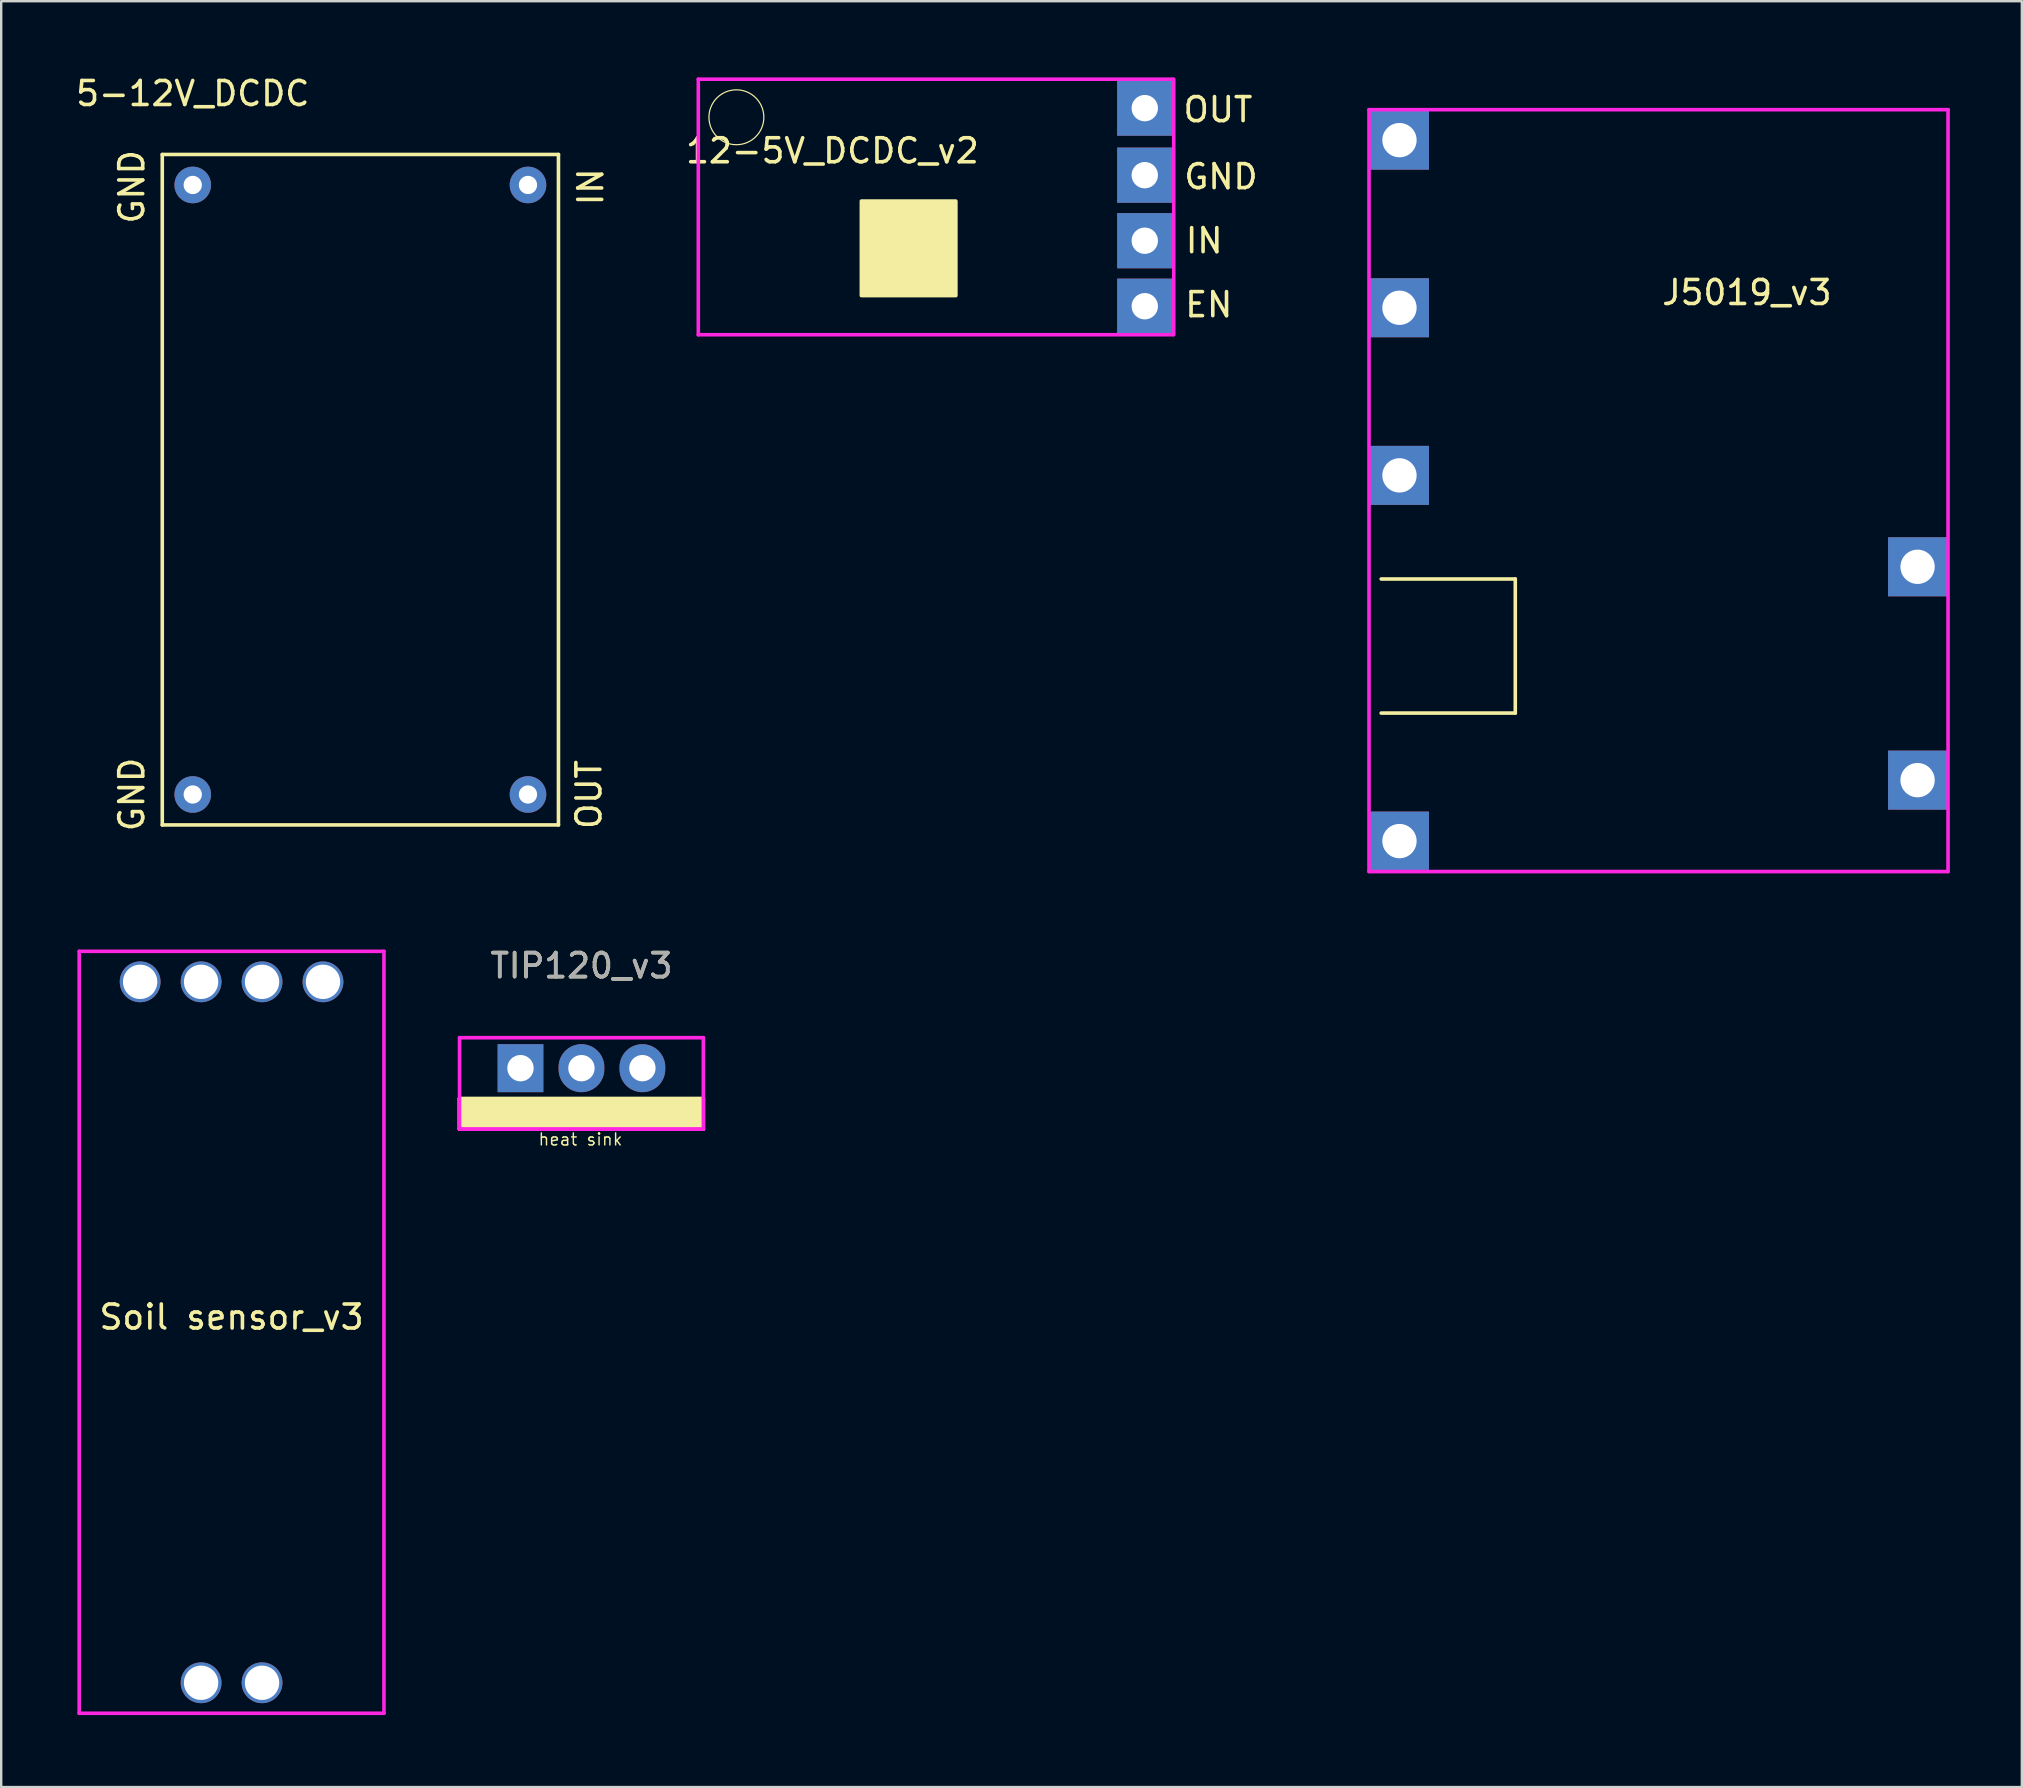
<source format=kicad_pcb>
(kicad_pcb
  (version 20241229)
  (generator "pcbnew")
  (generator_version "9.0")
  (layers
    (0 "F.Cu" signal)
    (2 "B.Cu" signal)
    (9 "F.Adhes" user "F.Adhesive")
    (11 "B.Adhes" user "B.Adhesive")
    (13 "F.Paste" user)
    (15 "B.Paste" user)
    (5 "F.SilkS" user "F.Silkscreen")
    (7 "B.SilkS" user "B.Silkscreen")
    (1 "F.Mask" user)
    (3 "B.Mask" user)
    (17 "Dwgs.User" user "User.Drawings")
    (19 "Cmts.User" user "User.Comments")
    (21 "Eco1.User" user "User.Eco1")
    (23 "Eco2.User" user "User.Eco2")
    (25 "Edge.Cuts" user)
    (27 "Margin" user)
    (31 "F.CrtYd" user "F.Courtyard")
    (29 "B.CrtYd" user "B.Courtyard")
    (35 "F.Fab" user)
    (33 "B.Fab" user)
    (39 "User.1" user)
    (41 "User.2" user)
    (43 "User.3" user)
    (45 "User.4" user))
  (footprint "12-5V_DCDC_v2"
    (layer "F.Cu")
    (at 26.05 0.25)
    (property "Reference" "12-5V_DCDC_v2" (at 5.588 2.985 0) (layer "F.SilkS") (effects (font (size 1 1) (thickness 0.15))))
    (attr through_hole)
    (fp_circle (center 1.587 1.587) (end 0.953 0.635) (stroke (width 0.05) (type solid)) (fill no) (layer "F.SilkS"))
    (fp_poly (pts (xy 6.795 5.08) (xy 6.795 9.017) (xy 10.732 9.017) (xy 10.732 5.08)) (stroke (width 0.15) (type solid)) (fill yes) (layer "F.SilkS"))
    (fp_line (start 0 0) (end 0 10.65) (stroke (width 0.15) (type solid)) (layer "F.CrtYd"))
    (fp_line (start 0 0) (end 19.77 0) (stroke (width 0.15) (type solid)) (layer "F.CrtYd"))
    (fp_line (start 0 10.65) (end 19.77 10.65) (stroke (width 0.15) (type solid)) (layer "F.CrtYd"))
    (fp_line (start 19.812 0) (end 19.812 10.65) (stroke (width 0.15) (type solid)) (layer "F.CrtYd"))
    (fp_text user "IN" (at 21.082 6.731 0) (layer "F.SilkS") (effects (font (size 1 1) (thickness 0.15))))
    (fp_text user "EN" (at 21.273 9.398 0) (layer "F.SilkS") (effects (font (size 1 1) (thickness 0.15))))
    (fp_text user "GND" (at 21.78 4.064 0) (layer "F.SilkS") (effects (font (size 1 1) (thickness 0.15))))
    (fp_text user "OUT" (at 21.654 1.27 0) (layer "F.SilkS") (effects (font (size 1 1) (thickness 0.15))))
    (pad "1" thru_hole rect (at 18.605 1.206) (size 2.3 2.3) (drill 1.1) (layers "*.Cu" "*.Mask"))
    (pad "2" thru_hole rect (at 18.605 4) (size 2.3 2.3) (drill 1.1) (layers "*.Cu" "*.Mask"))
    (pad "3" thru_hole rect (at 18.605 6.731) (size 2.3 2.3) (drill 1.1) (layers "*.Cu" "*.Mask"))
    (pad "4" thru_hole rect (at 18.605 9.461) (size 2.3 2.3) (drill 1.1) (layers "*.Cu" "*.Mask")))
  (footprint "J5019_v3"
    (layer "F.Cu")
    (at 52.729 0.25)
    (property "Reference" "J5019_v3" (at 17.018 8.89 0) (layer "F.SilkS") (effects (font (size 1 1) (thickness 0.15))))
    (attr through_hole)
    (fp_line (start 1.778 20.828) (end 7.366 20.828) (stroke (width 0.15) (type solid)) (layer "F.SilkS"))
    (fp_line (start 7.366 20.828) (end 7.366 26.416) (stroke (width 0.15) (type solid)) (layer "F.SilkS"))
    (fp_line (start 7.366 26.416) (end 1.778 26.416) (stroke (width 0.15) (type solid)) (layer "F.SilkS"))
    (fp_line (start 1.27 1.27) (end 1.27 33.02) (stroke (width 0.15) (type solid)) (layer "F.CrtYd"))
    (fp_line (start 1.27 33.02) (end 25.4 33.02) (stroke (width 0.15) (type solid)) (layer "F.CrtYd"))
    (fp_line (start 25.4 1.27) (end 1.27 1.27) (stroke (width 0.15) (type solid)) (layer "F.CrtYd"))
    (fp_line (start 25.4 1.27) (end 25.4 33.02) (stroke (width 0.15) (type solid)) (layer "F.CrtYd"))
    (pad "1" thru_hole rect (at 2.54 9.525) (size 2.46 2.46) (drill 1.43) (layers "*.Cu" "*.Mask"))
    (pad "2" thru_hole rect (at 24.13 29.21) (size 2.46 2.46) (drill 1.43) (layers "*.Cu" "*.Mask"))
    (pad "3" thru_hole rect (at 24.13 20.32) (size 2.46 2.46) (drill 1.43) (layers "*.Cu" "*.Mask"))
    (pad "4" thru_hole rect (at 2.54 2.54) (size 2.46 2.46) (drill 1.43) (layers "*.Cu" "*.Mask"))
    (pad "5" thru_hole rect (at 2.54 16.51) (size 2.46 2.46) (drill 1.43) (layers "*.Cu" "*.Mask"))
    (pad "6" thru_hole rect (at 2.54 31.75) (size 2.46 2.46) (drill 1.43) (layers "*.Cu" "*.Mask")))
  (footprint "TIP120_v3"
    (layer "F.Cu")
    (at 18.64 41.463)
    (property "Reference" "TIP120_v3" (at 2.54 -4.27 0) (layer "F.SilkS") (effects (font (size 1 1) (thickness 0.15))))
    (attr through_hole)
    (fp_line (start -2.54 1.27) (end -2.54 2.54) (stroke (width 0.15) (type solid)) (layer "F.SilkS"))
    (fp_line (start -2.54 1.27) (end 7.62 1.27) (stroke (width 0.15) (type solid)) (layer "F.SilkS"))
    (fp_line (start -2.54 2.54) (end 7.62 2.54) (stroke (width 0.15) (type solid)) (layer "F.SilkS"))
    (fp_line (start 7.62 1.27) (end -2.54 1.27) (stroke (width 0.15) (type solid)) (layer "F.SilkS"))
    (fp_poly (pts (xy 7.62 1.27) (xy -2.54 1.27) (xy -2.54 2.54) (xy 7.62 2.54)) (stroke (width 0.15) (type solid)) (fill yes) (layer "F.SilkS"))
    (fp_line (start -2.54 2.54) (end -2.54 -1.27) (stroke (width 0.15) (type solid)) (layer "F.CrtYd"))
    (fp_line (start -2.54 2.54) (end 7.62 2.54) (stroke (width 0.15) (type solid)) (layer "F.CrtYd"))
    (fp_line (start 7.62 -1.27) (end -2.54 -1.27) (stroke (width 0.15) (type solid)) (layer "F.CrtYd"))
    (fp_line (start 7.62 -1.27) (end 7.62 2.54) (stroke (width 0.15) (type solid)) (layer "F.CrtYd"))
    (fp_line (start 7.62 2.54) (end -2.54 2.54) (stroke (width 0.15) (type solid)) (layer "F.CrtYd"))
    (fp_text user "heat sink" (at 2.5 2.97 0) (layer "F.SilkS") (effects (font (size 0.5 0.5) (thickness 0.06))))
    (fp_text user "${REFERENCE}" (at 2.54 -4.27 0) (layer "F.Fab") (effects (font (size 1 1) (thickness 0.15))))
    (pad "1" thru_hole rect (at 0 0) (size 1.905 2) (drill 1.1) (layers "*.Cu" "*.Mask"))
    (pad "2" thru_hole oval (at 2.54 0) (size 1.905 2) (drill 1.1) (layers "*.Cu" "*.Mask"))
    (pad "3" thru_hole oval (at 5.08 0) (size 1.905 2) (drill 1.1) (layers "*.Cu" "*.Mask")))
  (footprint "5-12V_DCDC"
    (layer "F.Cu")
    (at 4.982 4.658)
    (property "Reference" "5-12V_DCDC" (at 0 -3.81 0) (layer "F.SilkS") (effects (font (size 1 1) (thickness 0.15))))
    (attr through_hole)
    (fp_line (start -1.27 -1.27) (end 15.24 -1.27) (stroke (width 0.15) (type solid)) (layer "F.SilkS"))
    (fp_line (start -1.27 26.67) (end -1.27 -1.27) (stroke (width 0.15) (type solid)) (layer "F.SilkS"))
    (fp_line (start 15.24 -1.27) (end 15.24 26.67) (stroke (width 0.15) (type solid)) (layer "F.SilkS"))
    (fp_line (start 15.24 26.67) (end -1.27 26.67) (stroke (width 0.15) (type solid)) (layer "F.SilkS"))
    (fp_text user "GND" (at -2.54 0.077 90) (layer "F.SilkS") (effects (font (size 1 1) (thickness 0.15))))
    (fp_text user "IN" (at 16.587 0.077 90) (layer "F.SilkS") (effects (font (size 1 1) (thickness 0.15))))
    (fp_text user "GND" (at -2.54 25.4 90) (layer "F.SilkS") (effects (font (size 1 1) (thickness 0.15))))
    (fp_text user "OUT" (at 16.51 25.4 90) (layer "F.SilkS") (effects (font (size 1 1) (thickness 0.15))))
    (pad "1" thru_hole circle (at 13.97 25.4) (size 1.524 1.524) (drill 0.762) (layers "*.Cu" "*.Mask"))
    (pad "2" thru_hole circle (at 13.97 0) (size 1.524 1.524) (drill 0.762) (layers "*.Cu" "*.Mask"))
    (pad "3" thru_hole circle (at 0 0) (size 1.524 1.524) (drill 0.762) (layers "*.Cu" "*.Mask"))
    (pad "4" thru_hole circle (at 0 25.4) (size 1.524 1.524) (drill 0.762) (layers "*.Cu" "*.Mask")))
  (footprint "Soil sensor_v3"
    (layer "F.Cu")
    (at 0.25 36.595)
    (property "Reference" "Soil sensor_v3" (at 6.35 15.24 0) (layer "F.SilkS") (effects (font (size 1 1) (thickness 0.15))))
    (attr through_hole)
    (fp_line (start 0 0) (end 0 31.75) (stroke (width 0.15) (type solid)) (layer "F.CrtYd"))
    (fp_line (start 0 31.75) (end 12.7 31.75) (stroke (width 0.15) (type solid)) (layer "F.CrtYd"))
    (fp_line (start 12.7 0) (end 0 0) (stroke (width 0.15) (type solid)) (layer "F.CrtYd"))
    (fp_line (start 12.7 31.75) (end 12.7 0) (stroke (width 0.15) (type solid)) (layer "F.CrtYd"))
    (pad "+" thru_hole circle (at 5.08 30.48) (size 1.7 1.7) (drill 1.43) (layers "*.Cu" "*.Mask"))
    (pad "-" thru_hole circle (at 7.62 30.48) (size 1.7 1.7) (drill 1.43) (layers "*.Cu" "*.Mask"))
    (pad "A0" thru_hole circle (at 10.16 1.27) (size 1.7 1.7) (drill 1.43) (layers "*.Cu" "*.Mask"))
    (pad "D0" thru_hole circle (at 7.62 1.27) (size 1.7 1.7) (drill 1.43) (layers "*.Cu" "*.Mask"))
    (pad "GND" thru_hole circle (at 5.08 1.27) (size 1.7 1.7) (drill 1.43) (layers "*.Cu" "*.Mask"))
    (pad "vcc" thru_hole circle (at 2.54 1.27) (size 1.7 1.7) (drill 1.43) (layers "*.Cu" "*.Mask")))
  (gr_rect
    (start -3 -3)
    (end 81.204 71.42)
    (stroke (width 0.1) (type default))
    (fill no)
    (layer "Edge.Cuts")))
</source>
